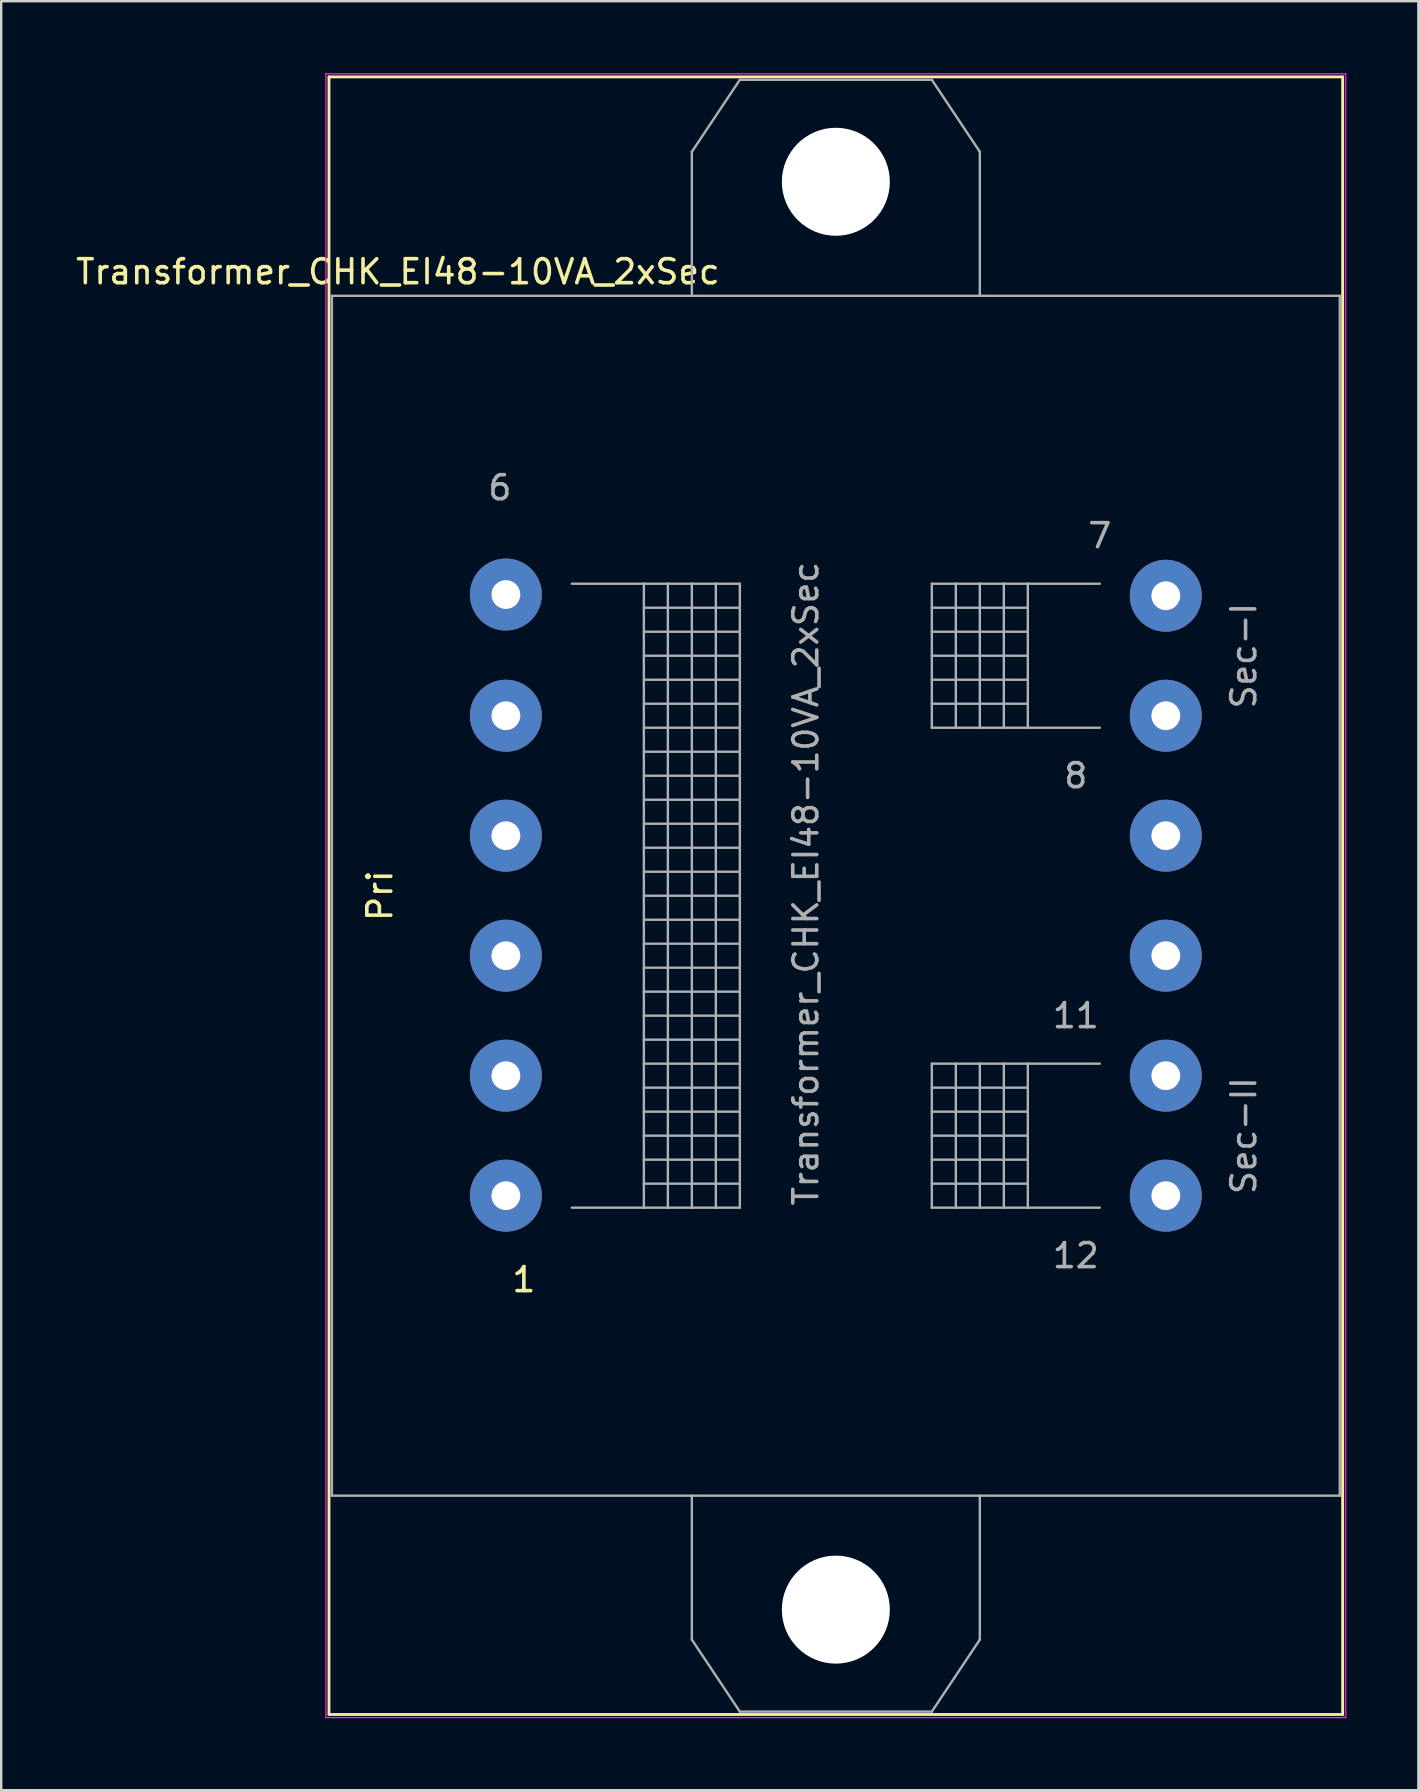
<source format=kicad_pcb>
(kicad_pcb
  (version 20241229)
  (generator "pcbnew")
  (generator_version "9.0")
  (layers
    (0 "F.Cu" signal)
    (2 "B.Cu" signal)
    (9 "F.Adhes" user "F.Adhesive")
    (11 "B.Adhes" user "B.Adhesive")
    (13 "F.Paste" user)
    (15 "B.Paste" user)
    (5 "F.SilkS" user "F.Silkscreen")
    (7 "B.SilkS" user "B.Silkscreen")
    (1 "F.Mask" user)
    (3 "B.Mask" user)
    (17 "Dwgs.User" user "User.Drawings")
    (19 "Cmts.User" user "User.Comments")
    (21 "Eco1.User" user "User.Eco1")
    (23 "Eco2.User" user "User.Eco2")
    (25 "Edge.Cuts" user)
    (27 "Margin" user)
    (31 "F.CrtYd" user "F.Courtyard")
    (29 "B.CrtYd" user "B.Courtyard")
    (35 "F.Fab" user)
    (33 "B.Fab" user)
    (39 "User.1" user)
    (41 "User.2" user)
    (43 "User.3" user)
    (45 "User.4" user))
  (footprint "Transformer_CHK_EI48-10VA_2xSec"
    (layer "F.Cu")
    (at 18.03 46.775)
    (property "Reference" "Transformer_CHK_EI48-10VA_2xSec" (at -4.5 -38.5 0) (layer "F.SilkS") (effects (font (size 1 1) (thickness 0.15))))
    (attr through_hole)
    (fp_line (start -7.37 -46.62) (end -7.37 21.62) (stroke (width 0.12) (type solid)) (layer "F.SilkS"))
    (fp_line (start -7.37 -46.62) (end 34.87 -46.62) (stroke (width 0.12) (type solid)) (layer "F.SilkS"))
    (fp_line (start 34.87 21.62) (end -7.37 21.62) (stroke (width 0.12) (type solid)) (layer "F.SilkS"))
    (fp_line (start 34.87 21.62) (end 34.87 -46.62) (stroke (width 0.12) (type solid)) (layer "F.SilkS"))
    (fp_line (start -7.5 -46.75) (end -7.5 21.75) (stroke (width 0.05) (type solid)) (layer "F.CrtYd"))
    (fp_line (start -7.5 -46.75) (end 35 -46.75) (stroke (width 0.05) (type solid)) (layer "F.CrtYd"))
    (fp_line (start 35 21.75) (end -7.5 21.75) (stroke (width 0.05) (type solid)) (layer "F.CrtYd"))
    (fp_line (start 35 21.75) (end 35 -46.75) (stroke (width 0.05) (type solid)) (layer "F.CrtYd"))
    (fp_line (start -7.25 -37.5) (end -7.25 12.5) (stroke (width 0.1) (type solid)) (layer "F.Fab"))
    (fp_line (start -7.25 12.5) (end 34.75 12.5) (stroke (width 0.1) (type solid)) (layer "F.Fab"))
    (fp_line (start 2.75 -25.5) (end 5.75 -25.5) (stroke (width 0.1) (type solid)) (layer "F.Fab"))
    (fp_line (start 5.75 -25.5) (end 5.75 0.5) (stroke (width 0.1) (type solid)) (layer "F.Fab"))
    (fp_line (start 5.75 -25.5) (end 6.75 -25.5) (stroke (width 0.1) (type solid)) (layer "F.Fab"))
    (fp_line (start 5.75 -24.5) (end 9.75 -24.5) (stroke (width 0.1) (type solid)) (layer "F.Fab"))
    (fp_line (start 5.75 -23.5) (end 9.75 -23.5) (stroke (width 0.1) (type solid)) (layer "F.Fab"))
    (fp_line (start 5.75 -22.5) (end 9.75 -22.5) (stroke (width 0.1) (type solid)) (layer "F.Fab"))
    (fp_line (start 5.75 -21.5) (end 9.75 -21.5) (stroke (width 0.1) (type solid)) (layer "F.Fab"))
    (fp_line (start 5.75 -20.5) (end 9.75 -20.5) (stroke (width 0.1) (type solid)) (layer "F.Fab"))
    (fp_line (start 5.75 -19.5) (end 9.75 -19.5) (stroke (width 0.1) (type solid)) (layer "F.Fab"))
    (fp_line (start 5.75 -18.5) (end 9.75 -18.5) (stroke (width 0.1) (type solid)) (layer "F.Fab"))
    (fp_line (start 5.75 -17.5) (end 9.75 -17.5) (stroke (width 0.1) (type solid)) (layer "F.Fab"))
    (fp_line (start 5.75 -16.5) (end 9.75 -16.5) (stroke (width 0.1) (type solid)) (layer "F.Fab"))
    (fp_line (start 5.75 -15.5) (end 9.75 -15.5) (stroke (width 0.1) (type solid)) (layer "F.Fab"))
    (fp_line (start 5.75 -14.5) (end 9.75 -14.5) (stroke (width 0.1) (type solid)) (layer "F.Fab"))
    (fp_line (start 5.75 -13.5) (end 9.75 -13.5) (stroke (width 0.1) (type solid)) (layer "F.Fab"))
    (fp_line (start 5.75 -12.5) (end 9.75 -12.5) (stroke (width 0.1) (type solid)) (layer "F.Fab"))
    (fp_line (start 5.75 -11.5) (end 9.75 -11.5) (stroke (width 0.1) (type solid)) (layer "F.Fab"))
    (fp_line (start 5.75 -10.5) (end 9.75 -10.5) (stroke (width 0.1) (type solid)) (layer "F.Fab"))
    (fp_line (start 5.75 -9.5) (end 9.75 -9.5) (stroke (width 0.1) (type solid)) (layer "F.Fab"))
    (fp_line (start 5.75 -8.5) (end 9.75 -8.5) (stroke (width 0.1) (type solid)) (layer "F.Fab"))
    (fp_line (start 5.75 -7.5) (end 9.75 -7.5) (stroke (width 0.1) (type solid)) (layer "F.Fab"))
    (fp_line (start 5.75 -6.5) (end 9.75 -6.5) (stroke (width 0.1) (type solid)) (layer "F.Fab"))
    (fp_line (start 5.75 -5.5) (end 9.75 -5.5) (stroke (width 0.1) (type solid)) (layer "F.Fab"))
    (fp_line (start 5.75 -4.5) (end 9.75 -4.5) (stroke (width 0.1) (type solid)) (layer "F.Fab"))
    (fp_line (start 5.75 -3.5) (end 9.75 -3.5) (stroke (width 0.1) (type solid)) (layer "F.Fab"))
    (fp_line (start 5.75 -2.5) (end 9.75 -2.5) (stroke (width 0.1) (type solid)) (layer "F.Fab"))
    (fp_line (start 5.75 -0.5) (end 9.75 -0.5) (stroke (width 0.1) (type solid)) (layer "F.Fab"))
    (fp_line (start 5.75 0.5) (end 2.75 0.5) (stroke (width 0.1) (type solid)) (layer "F.Fab"))
    (fp_line (start 6.75 -25.5) (end 6.75 0.5) (stroke (width 0.1) (type solid)) (layer "F.Fab"))
    (fp_line (start 6.75 -25.5) (end 7.75 -25.5) (stroke (width 0.1) (type solid)) (layer "F.Fab"))
    (fp_line (start 6.75 -1.5) (end 5.75 -1.5) (stroke (width 0.1) (type solid)) (layer "F.Fab"))
    (fp_line (start 6.75 -1.5) (end 9.75 -1.5) (stroke (width 0.1) (type solid)) (layer "F.Fab"))
    (fp_line (start 6.75 0.5) (end 5.75 0.5) (stroke (width 0.1) (type solid)) (layer "F.Fab"))
    (fp_line (start 7.75 -43.5) (end 7.75 -37.5) (stroke (width 0.1) (type solid)) (layer "F.Fab"))
    (fp_line (start 7.75 -25.5) (end 7.75 0.5) (stroke (width 0.1) (type solid)) (layer "F.Fab"))
    (fp_line (start 7.75 -25.5) (end 8.75 -25.5) (stroke (width 0.1) (type solid)) (layer "F.Fab"))
    (fp_line (start 7.75 0.5) (end 6.75 0.5) (stroke (width 0.1) (type solid)) (layer "F.Fab"))
    (fp_line (start 7.75 18.5) (end 7.75 12.5) (stroke (width 0.1) (type solid)) (layer "F.Fab"))
    (fp_line (start 8.75 -25.5) (end 8.75 0.5) (stroke (width 0.1) (type solid)) (layer "F.Fab"))
    (fp_line (start 8.75 -25.5) (end 9.75 -25.5) (stroke (width 0.1) (type solid)) (layer "F.Fab"))
    (fp_line (start 8.75 0.5) (end 7.75 0.5) (stroke (width 0.1) (type solid)) (layer "F.Fab"))
    (fp_line (start 9.75 -46.5) (end 7.75 -43.5) (stroke (width 0.1) (type solid)) (layer "F.Fab"))
    (fp_line (start 9.75 -25.5) (end 9.75 0.5) (stroke (width 0.1) (type solid)) (layer "F.Fab"))
    (fp_line (start 9.75 0.5) (end 8.75 0.5) (stroke (width 0.1) (type solid)) (layer "F.Fab"))
    (fp_line (start 9.75 21.5) (end 7.75 18.5) (stroke (width 0.1) (type solid)) (layer "F.Fab"))
    (fp_line (start 17.75 -46.5) (end 9.75 -46.5) (stroke (width 0.1) (type solid)) (layer "F.Fab"))
    (fp_line (start 17.75 -25.5) (end 17.75 -19.5) (stroke (width 0.1) (type solid)) (layer "F.Fab"))
    (fp_line (start 17.75 -24.5) (end 21.75 -24.5) (stroke (width 0.1) (type solid)) (layer "F.Fab"))
    (fp_line (start 17.75 -23.5) (end 21.75 -23.5) (stroke (width 0.1) (type solid)) (layer "F.Fab"))
    (fp_line (start 17.75 -22.5) (end 21.75 -22.5) (stroke (width 0.1) (type solid)) (layer "F.Fab"))
    (fp_line (start 17.75 -21.5) (end 21.75 -21.5) (stroke (width 0.1) (type solid)) (layer "F.Fab"))
    (fp_line (start 17.75 -20.5) (end 21.75 -20.5) (stroke (width 0.1) (type solid)) (layer "F.Fab"))
    (fp_line (start 17.75 -19.5) (end 18.75 -19.5) (stroke (width 0.1) (type solid)) (layer "F.Fab"))
    (fp_line (start 17.75 -5.5) (end 17.75 0.5) (stroke (width 0.1) (type solid)) (layer "F.Fab"))
    (fp_line (start 17.75 -4.5) (end 21.75 -4.5) (stroke (width 0.1) (type solid)) (layer "F.Fab"))
    (fp_line (start 17.75 -3.5) (end 21.75 -3.5) (stroke (width 0.1) (type solid)) (layer "F.Fab"))
    (fp_line (start 17.75 -2.5) (end 21.75 -2.5) (stroke (width 0.1) (type solid)) (layer "F.Fab"))
    (fp_line (start 17.75 -1.5) (end 21.75 -1.5) (stroke (width 0.1) (type solid)) (layer "F.Fab"))
    (fp_line (start 17.75 -0.5) (end 21.75 -0.5) (stroke (width 0.1) (type solid)) (layer "F.Fab"))
    (fp_line (start 17.75 0.5) (end 18.75 0.5) (stroke (width 0.1) (type solid)) (layer "F.Fab"))
    (fp_line (start 17.75 21.5) (end 9.75 21.5) (stroke (width 0.1) (type solid)) (layer "F.Fab"))
    (fp_line (start 18.75 -25.5) (end 17.75 -25.5) (stroke (width 0.1) (type solid)) (layer "F.Fab"))
    (fp_line (start 18.75 -25.5) (end 18.75 -19.5) (stroke (width 0.1) (type solid)) (layer "F.Fab"))
    (fp_line (start 18.75 -19.5) (end 19.75 -19.5) (stroke (width 0.1) (type solid)) (layer "F.Fab"))
    (fp_line (start 18.75 -5.5) (end 17.75 -5.5) (stroke (width 0.1) (type solid)) (layer "F.Fab"))
    (fp_line (start 18.75 -5.5) (end 18.75 0.5) (stroke (width 0.1) (type solid)) (layer "F.Fab"))
    (fp_line (start 18.75 0.5) (end 19.75 0.5) (stroke (width 0.1) (type solid)) (layer "F.Fab"))
    (fp_line (start 19.75 -43.5) (end 17.75 -46.5) (stroke (width 0.1) (type solid)) (layer "F.Fab"))
    (fp_line (start 19.75 -37.5) (end 19.75 -43.5) (stroke (width 0.1) (type solid)) (layer "F.Fab"))
    (fp_line (start 19.75 -25.5) (end 18.75 -25.5) (stroke (width 0.1) (type solid)) (layer "F.Fab"))
    (fp_line (start 19.75 -25.5) (end 19.75 -19.5) (stroke (width 0.1) (type solid)) (layer "F.Fab"))
    (fp_line (start 19.75 -19.5) (end 20.75 -19.5) (stroke (width 0.1) (type solid)) (layer "F.Fab"))
    (fp_line (start 19.75 -5.5) (end 18.75 -5.5) (stroke (width 0.1) (type solid)) (layer "F.Fab"))
    (fp_line (start 19.75 -5.5) (end 19.75 0.5) (stroke (width 0.1) (type solid)) (layer "F.Fab"))
    (fp_line (start 19.75 0.5) (end 20.75 0.5) (stroke (width 0.1) (type solid)) (layer "F.Fab"))
    (fp_line (start 19.75 12.5) (end 19.75 18.5) (stroke (width 0.1) (type solid)) (layer "F.Fab"))
    (fp_line (start 19.75 18.5) (end 17.75 21.5) (stroke (width 0.1) (type solid)) (layer "F.Fab"))
    (fp_line (start 20.75 -25.5) (end 19.75 -25.5) (stroke (width 0.1) (type solid)) (layer "F.Fab"))
    (fp_line (start 20.75 -25.5) (end 20.75 -19.5) (stroke (width 0.1) (type solid)) (layer "F.Fab"))
    (fp_line (start 20.75 -19.5) (end 21.75 -19.5) (stroke (width 0.1) (type solid)) (layer "F.Fab"))
    (fp_line (start 20.75 -5.5) (end 19.75 -5.5) (stroke (width 0.1) (type solid)) (layer "F.Fab"))
    (fp_line (start 20.75 -5.5) (end 20.75 0.5) (stroke (width 0.1) (type solid)) (layer "F.Fab"))
    (fp_line (start 20.75 0.5) (end 21.75 0.5) (stroke (width 0.1) (type solid)) (layer "F.Fab"))
    (fp_line (start 21.75 -25.5) (end 20.75 -25.5) (stroke (width 0.1) (type solid)) (layer "F.Fab"))
    (fp_line (start 21.75 -25.5) (end 21.75 -19.5) (stroke (width 0.1) (type solid)) (layer "F.Fab"))
    (fp_line (start 21.75 -19.5) (end 24.75 -19.5) (stroke (width 0.1) (type solid)) (layer "F.Fab"))
    (fp_line (start 21.75 -5.5) (end 20.75 -5.5) (stroke (width 0.1) (type solid)) (layer "F.Fab"))
    (fp_line (start 21.75 -5.5) (end 21.75 0.5) (stroke (width 0.1) (type solid)) (layer "F.Fab"))
    (fp_line (start 21.75 0.5) (end 24.75 0.5) (stroke (width 0.1) (type solid)) (layer "F.Fab"))
    (fp_line (start 24.75 -25.5) (end 21.75 -25.5) (stroke (width 0.1) (type solid)) (layer "F.Fab"))
    (fp_line (start 24.75 -5.5) (end 21.75 -5.5) (stroke (width 0.1) (type solid)) (layer "F.Fab"))
    (fp_line (start 34.75 -37.5) (end -7.25 -37.5) (stroke (width 0.1) (type solid)) (layer "F.Fab"))
    (fp_line (start 34.75 12.5) (end 34.75 -37.5) (stroke (width 0.1) (type solid)) (layer "F.Fab"))
    (fp_text user "Pri" (at -5.25 -12.5 90) (layer "F.SilkS") (effects (font (size 1 1) (thickness 0.15))))
    (fp_text user "1" (at 0.75 3.5 0) (layer "F.SilkS") (effects (font (size 1 1) (thickness 0.15))))
    (fp_text user "11" (at 23.75 -7.5 0) (layer "F.Fab") (effects (font (size 1 1) (thickness 0.15))))
    (fp_text user "${REFERENCE}" (at 12.5 -13 90) (layer "F.Fab") (effects (font (size 1 1) (thickness 0.15))))
    (fp_text user "12" (at 23.75 2.5 0) (layer "F.Fab") (effects (font (size 1 1) (thickness 0.15))))
    (fp_text user "8" (at 23.75 -17.5 0) (layer "F.Fab") (effects (font (size 1 1) (thickness 0.15))))
    (fp_text user "Sec-I" (at 30.75 -22.5 90) (layer "F.Fab") (effects (font (size 1 1) (thickness 0.15))))
    (fp_text user "6" (at -0.25 -29.5 0) (layer "F.Fab") (effects (font (size 1 1) (thickness 0.15))))
    (fp_text user "Sec-II" (at 30.75 -2.5 90) (layer "F.Fab") (effects (font (size 1 1) (thickness 0.15))))
    (fp_text user "7" (at 24.75 -27.5 0) (layer "F.Fab") (effects (font (size 1 1) (thickness 0.15))))
    (pad "" np_thru_hole circle (at 13.75 -42.25) (size 4.5 4.5) (drill 4.5) (layers "*.Cu" "*.Mask"))
    (pad "" np_thru_hole circle (at 13.75 17.25) (size 4.5 4.5) (drill 4.5) (layers "*.Cu" "*.Mask"))
    (pad "1" thru_hole circle (at 0 0) (size 3 3) (drill 1.2) (layers "*.Cu" "*.Mask"))
    (pad "2" thru_hole circle (at 0 -5) (size 3 3) (drill 1.2) (layers "*.Cu" "*.Mask"))
    (pad "3" thru_hole circle (at 0 -10) (size 3 3) (drill 1.2) (layers "*.Cu" "*.Mask"))
    (pad "4" thru_hole circle (at 0 -15) (size 3 3) (drill 1.2) (layers "*.Cu" "*.Mask"))
    (pad "5" thru_hole circle (at 0 -20) (size 3 3) (drill 1.2) (layers "*.Cu" "*.Mask"))
    (pad "6" thru_hole circle (at 0 -25.05) (size 3 3) (drill 1.2) (layers "*.Cu" "*.Mask"))
    (pad "7" thru_hole circle (at 27.5 -25) (size 3 3) (drill 1.2) (layers "*.Cu" "*.Mask"))
    (pad "8" thru_hole circle (at 27.5 -20) (size 3 3) (drill 1.2) (layers "*.Cu" "*.Mask"))
    (pad "9" thru_hole circle (at 27.5 -15) (size 3 3) (drill 1.2) (layers "*.Cu" "*.Mask"))
    (pad "10" thru_hole circle (at 27.5 -10) (size 3 3) (drill 1.2) (layers "*.Cu" "*.Mask"))
    (pad "11" thru_hole circle (at 27.5 -5) (size 3 3) (drill 1.2) (layers "*.Cu" "*.Mask"))
    (pad "12" thru_hole circle (at 27.5 0) (size 3 3) (drill 1.2) (layers "*.Cu" "*.Mask")))
  (gr_rect
    (start -3 -3)
    (end 56.055 71.55)
    (stroke (width 0.1) (type default))
    (fill no)
    (layer "Edge.Cuts")))
</source>
